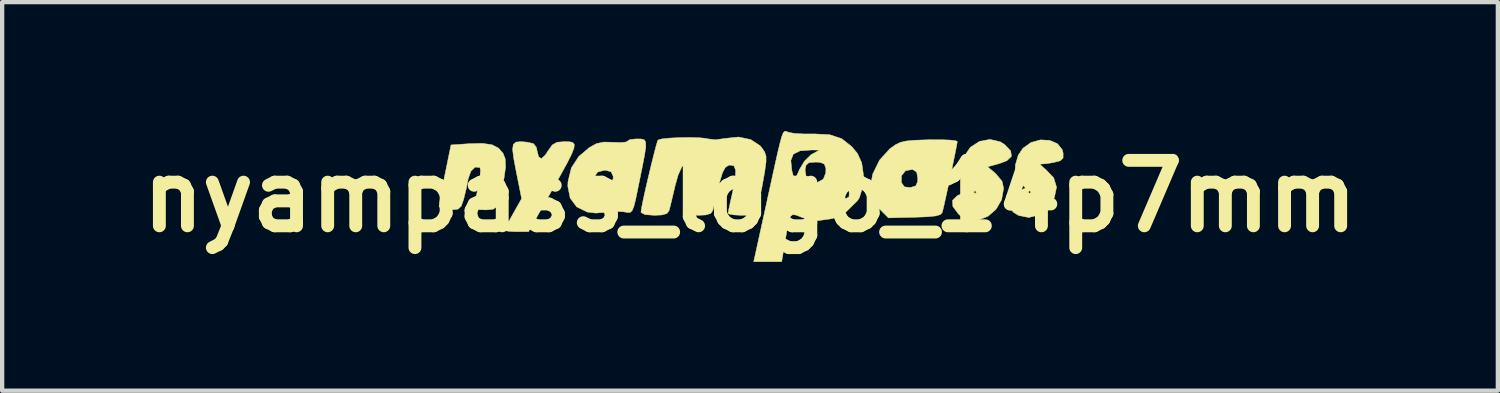
<source format=kicad_pcb>
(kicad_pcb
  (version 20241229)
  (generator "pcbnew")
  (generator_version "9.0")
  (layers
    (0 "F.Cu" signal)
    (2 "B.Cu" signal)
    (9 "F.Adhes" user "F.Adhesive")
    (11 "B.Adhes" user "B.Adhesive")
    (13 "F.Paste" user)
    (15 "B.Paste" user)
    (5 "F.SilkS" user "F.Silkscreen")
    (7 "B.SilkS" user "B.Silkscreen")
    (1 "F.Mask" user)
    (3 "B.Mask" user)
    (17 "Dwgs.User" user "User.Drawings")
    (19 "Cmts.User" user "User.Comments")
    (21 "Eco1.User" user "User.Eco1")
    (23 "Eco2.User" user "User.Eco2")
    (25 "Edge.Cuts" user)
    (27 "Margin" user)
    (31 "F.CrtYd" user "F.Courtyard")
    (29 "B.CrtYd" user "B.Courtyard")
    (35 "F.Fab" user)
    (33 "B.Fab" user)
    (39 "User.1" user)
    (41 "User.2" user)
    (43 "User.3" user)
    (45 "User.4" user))
  (footprint "nyampass_logo_14p7mm"
    (layer "F.Cu")
    (at 14.413 1.518)
    (property "Reference" "nyampass_logo_14p7mm" (at 0 0 0) (layer "F.SilkS") (effects (font (size 1.524 1.524) (thickness 0.3))))
    (attr through_hole)
    (fp_poly (pts (xy -4.201 -1.267) (xy -4.126 -1.25) (xy -4.091 -1.205) (xy -4.1 -1.118) (xy -4.156 -0.974) (xy -4.264 -0.761) (xy -4.427 -0.465) (xy -4.637 -0.093) (xy -5.157 0.826) (xy -5.436 0.826) (xy -5.604 0.819) (xy -5.703 0.802) (xy -5.715 0.793) (xy -5.686 0.725) (xy -5.611 0.579) (xy -5.516 0.408) (xy -5.318 0.056) (xy -5.445 -0.58) (xy -5.503 -0.887) (xy -5.528 -1.089) (xy -5.512 -1.206) (xy -5.449 -1.26) (xy -5.33 -1.269) (xy -5.197 -1.259) (xy -5.044 -1.225) (xy -4.977 -1.142) (xy -4.963 -1.079) (xy -4.922 -0.915) (xy -4.857 -0.875) (xy -4.765 -0.959) (xy -4.71 -1.044) (xy -4.607 -1.191) (xy -4.495 -1.256) (xy -4.317 -1.27) (xy -4.313 -1.27) (xy -4.201 -1.267)) (stroke (width 0.01) (type solid)) (fill yes) (layer "F.SilkS"))
    (fp_poly (pts (xy 5.827 -1.266) (xy 5.929 -1.202) (xy 6.07 -1.053) (xy 6.087 -0.928) (xy 5.979 -0.826) (xy 5.814 -0.763) (xy 5.532 -0.684) (xy 5.719 -0.527) (xy 5.868 -0.348) (xy 5.905 -0.182) (xy 5.857 0.085) (xy 5.728 0.305) (xy 5.543 0.466) (xy 5.326 0.553) (xy 5.101 0.553) (xy 4.894 0.451) (xy 4.855 0.416) (xy 4.723 0.24) (xy 4.714 0.098) (xy 4.828 -0.013) (xy 4.922 -0.055) (xy 5.033 -0.095) (xy 5.207 -0.095) (xy 5.239 -0.064) (xy 5.271 -0.095) (xy 5.239 -0.127) (xy 5.207 -0.095) (xy 5.033 -0.095) (xy 5.146 -0.136) (xy 5.018 -0.299) (xy 4.915 -0.474) (xy 4.9 -0.657) (xy 4.968 -0.89) (xy 4.98 -0.919) (xy 5.13 -1.139) (xy 5.343 -1.277) (xy 5.587 -1.322) (xy 5.827 -1.266)) (stroke (width 0.01) (type solid)) (fill yes) (layer "F.SilkS"))
    (fp_poly (pts (xy -6.008 -1.198) (xy -5.854 -1.118) (xy -5.75 -0.998) (xy -5.699 -0.868) (xy -5.691 -0.681) (xy -5.727 -0.42) (xy -5.808 -0.066) (xy -5.845 0.074) (xy -5.897 0.231) (xy -5.971 0.3) (xy -6.113 0.317) (xy -6.162 0.318) (xy -6.295 0.314) (xy -6.372 0.289) (xy -6.401 0.217) (xy -6.388 0.075) (xy -6.34 -0.162) (xy -6.324 -0.239) (xy -6.287 -0.448) (xy -6.275 -0.604) (xy -6.288 -0.668) (xy -6.401 -0.677) (xy -6.499 -0.582) (xy -6.563 -0.402) (xy -6.564 -0.393) (xy -6.61 -0.162) (xy -6.668 0.072) (xy -6.67 0.079) (xy -6.724 0.234) (xy -6.8 0.301) (xy -6.946 0.317) (xy -6.988 0.318) (xy -7.166 0.299) (xy -7.239 0.246) (xy -7.239 0.238) (xy -7.227 0.146) (xy -7.195 -0.041) (xy -7.146 -0.293) (xy -7.101 -0.517) (xy -6.962 -1.193) (xy -6.545 -1.222) (xy -6.229 -1.23) (xy -6.008 -1.198)) (stroke (width 0.01) (type solid)) (fill yes) (layer "F.SilkS"))
    (fp_poly (pts (xy 6.976 -1.3) (xy 7.157 -1.223) (xy 7.27 -1.083) (xy 7.29 -1.003) (xy 7.289 -0.889) (xy 7.227 -0.827) (xy 7.071 -0.785) (xy 7.068 -0.784) (xy 6.896 -0.757) (xy 6.777 -0.748) (xy 6.763 -0.75) (xy 6.764 -0.727) (xy 6.847 -0.652) (xy 6.879 -0.627) (xy 7.07 -0.428) (xy 7.137 -0.211) (xy 7.088 0.024) (xy 6.932 0.275) (xy 6.725 0.435) (xy 6.491 0.496) (xy 6.255 0.449) (xy 6.136 0.376) (xy 6.038 0.261) (xy 5.977 0.123) (xy 5.965 0.002) (xy 6.01 -0.061) (xy 6.028 -0.064) (xy 6.128 -0.084) (xy 6.16 -0.095) (xy 6.477 -0.095) (xy 6.509 -0.064) (xy 6.54 -0.095) (xy 6.509 -0.127) (xy 6.477 -0.095) (xy 6.16 -0.095) (xy 6.252 -0.126) (xy 6.416 -0.188) (xy 6.28 -0.324) (xy 6.187 -0.499) (xy 6.177 -0.723) (xy 6.245 -0.954) (xy 6.355 -1.117) (xy 6.543 -1.251) (xy 6.761 -1.311) (xy 6.976 -1.3)) (stroke (width 0.01) (type solid)) (fill yes) (layer "F.SilkS"))
    (fp_poly (pts (xy 4.656 -1.307) (xy 4.793 -1.29) (xy 4.826 -1.273) (xy 4.813 -1.193) (xy 4.779 -1.018) (xy 4.73 -0.778) (xy 4.672 -0.502) (xy 4.612 -0.22) (xy 4.555 0.039) (xy 4.509 0.246) (xy 4.478 0.37) (xy 4.475 0.381) (xy 4.433 0.428) (xy 4.328 0.459) (xy 4.137 0.479) (xy 3.842 0.49) (xy 3.834 0.49) (xy 3.223 0.505) (xy 3.008 0.29) (xy 2.865 0.12) (xy 2.804 -0.043) (xy 2.795 -0.168) (xy 2.821 -0.317) (xy 3.524 -0.317) (xy 3.595 -0.217) (xy 3.736 -0.203) (xy 3.858 -0.239) (xy 3.902 -0.336) (xy 3.905 -0.413) (xy 3.881 -0.558) (xy 3.795 -0.618) (xy 3.773 -0.622) (xy 3.619 -0.592) (xy 3.526 -0.476) (xy 3.524 -0.317) (xy 2.821 -0.317) (xy 2.855 -0.512) (xy 3.015 -0.839) (xy 3.252 -1.101) (xy 3.272 -1.117) (xy 3.388 -1.199) (xy 3.5 -1.253) (xy 3.639 -1.285) (xy 3.838 -1.303) (xy 4.128 -1.313) (xy 4.167 -1.314) (xy 4.439 -1.315) (xy 4.656 -1.307)) (stroke (width 0.01) (type solid)) (fill yes) (layer "F.SilkS"))
    (fp_poly (pts (xy -2.53 -1.332) (xy -2.462 -1.313) (xy -2.429 -1.256) (xy -2.427 -1.143) (xy -2.456 -0.952) (xy -2.512 -0.664) (xy -2.539 -0.531) (xy -2.612 -0.172) (xy -2.664 0.08) (xy -2.706 0.244) (xy -2.745 0.337) (xy -2.788 0.376) (xy -2.845 0.38) (xy -2.924 0.367) (xy -2.949 0.362) (xy -3.17 0.352) (xy -3.374 0.375) (xy -3.591 0.393) (xy -3.79 0.369) (xy -4.036 0.248) (xy -4.188 0.044) (xy -4.243 -0.234) (xy -4.238 -0.338) (xy -4.209 -0.46) (xy -3.617 -0.46) (xy -3.584 -0.337) (xy -3.522 -0.277) (xy -3.379 -0.232) (xy -3.253 -0.283) (xy -3.187 -0.404) (xy -3.187 -0.465) (xy -3.234 -0.568) (xy -3.356 -0.602) (xy -3.396 -0.603) (xy -3.55 -0.561) (xy -3.617 -0.46) (xy -4.209 -0.46) (xy -4.16 -0.66) (xy -3.986 -0.926) (xy -3.741 -1.133) (xy -3.575 -1.225) (xy -3.404 -1.261) (xy -3.191 -1.255) (xy -3.005 -1.249) (xy -2.884 -1.262) (xy -2.857 -1.281) (xy -2.802 -1.316) (xy -2.664 -1.333) (xy -2.635 -1.333) (xy -2.53 -1.332)) (stroke (width 0.01) (type solid)) (fill yes) (layer "F.SilkS"))
    (fp_poly (pts (xy 0.016 -1.319) (xy 0.235 -1.175) (xy 0.276 -1.126) (xy 0.341 -1.028) (xy 0.373 -0.931) (xy 0.373 -0.798) (xy 0.345 -0.591) (xy 0.327 -0.485) (xy 0.279 -0.217) (xy 0.228 0.034) (xy 0.185 0.213) (xy 0.14 0.351) (xy 0.078 0.419) (xy -0.04 0.442) (xy -0.193 0.445) (xy -0.374 0.436) (xy -0.488 0.414) (xy -0.509 0.397) (xy -0.496 0.316) (xy -0.46 0.146) (xy -0.41 -0.077) (xy -0.404 -0.103) (xy -0.344 -0.407) (xy -0.334 -0.604) (xy -0.375 -0.707) (xy -0.471 -0.725) (xy -0.499 -0.719) (xy -0.576 -0.669) (xy -0.642 -0.546) (xy -0.707 -0.328) (xy -0.731 -0.232) (xy -0.787 0.007) (xy -0.836 0.208) (xy -0.866 0.329) (xy -0.867 0.333) (xy -0.917 0.403) (xy -1.035 0.437) (xy -1.211 0.445) (xy -1.39 0.433) (xy -1.504 0.405) (xy -1.524 0.383) (xy -1.511 0.295) (xy -1.477 0.118) (xy -1.429 -0.112) (xy -1.418 -0.159) (xy -1.365 -0.436) (xy -1.352 -0.611) (xy -1.376 -0.702) (xy -1.382 -0.709) (xy -1.487 -0.76) (xy -1.583 -0.691) (xy -1.672 -0.499) (xy -1.744 -0.243) (xy -1.801 -0.001) (xy -1.85 0.202) (xy -1.882 0.327) (xy -1.883 0.333) (xy -1.933 0.403) (xy -2.051 0.437) (xy -2.227 0.445) (xy -2.442 0.429) (xy -2.535 0.382) (xy -2.539 0.365) (xy -2.524 0.268) (xy -2.487 0.082) (xy -2.433 -0.163) (xy -2.369 -0.439) (xy -2.302 -0.719) (xy -2.239 -0.973) (xy -2.187 -1.172) (xy -2.151 -1.289) (xy -2.143 -1.307) (xy -2.057 -1.333) (xy -1.882 -1.352) (xy -1.655 -1.364) (xy -1.413 -1.367) (xy -1.193 -1.362) (xy -1.034 -1.347) (xy -0.99 -1.336) (xy -0.804 -1.313) (xy -0.583 -1.345) (xy -0.267 -1.378) (xy 0.016 -1.319)) (stroke (width 0.01) (type solid)) (fill yes) (layer "F.SilkS"))
    (fp_poly (pts (xy 0.866 -1.5) (xy 0.907 -1.484) (xy 1.041 -1.461) (xy 1.254 -1.449) (xy 1.496 -1.45) (xy 1.854 -1.432) (xy 2.133 -1.34) (xy 2.366 -1.158) (xy 2.502 -0.995) (xy 2.601 -0.775) (xy 2.641 -0.495) (xy 2.622 -0.207) (xy 2.545 0.038) (xy 2.504 0.103) (xy 2.239 0.363) (xy 1.922 0.521) (xy 1.577 0.57) (xy 1.229 0.502) (xy 1.194 0.488) (xy 1.076 0.441) (xy 0.996 0.429) (xy 0.942 0.471) (xy 0.901 0.587) (xy 0.86 0.793) (xy 0.819 1.038) (xy 0.737 1.524) (xy 0.086 1.524) (xy 0.386 0.157) (xy 0.406 0.064) (xy 1.959 0.064) (xy 2.119 0.064) (xy 2.249 0.047) (xy 2.304 0.016) (xy 2.309 -0.078) (xy 2.292 -0.164) (xy 2.261 -0.244) (xy 2.218 -0.241) (xy 2.132 -0.148) (xy 2.107 -0.117) (xy 1.959 0.064) (xy 0.406 0.064) (xy 0.496 -0.347) (xy 0.582 -0.74) (xy 0.603 -0.832) (xy 0.95 -0.832) (xy 0.974 -0.598) (xy 0.996 -0.511) (xy 1.025 -0.424) (xy 1.057 -0.424) (xy 1.109 -0.523) (xy 1.146 -0.61) (xy 1.281 -0.61) (xy 1.309 -0.441) (xy 1.412 -0.337) (xy 1.554 -0.314) (xy 1.695 -0.39) (xy 1.712 -0.409) (xy 1.764 -0.543) (xy 1.767 -0.647) (xy 1.73 -0.748) (xy 1.631 -0.789) (xy 1.524 -0.794) (xy 1.372 -0.781) (xy 1.304 -0.722) (xy 1.281 -0.61) (xy 1.146 -0.61) (xy 1.149 -0.617) (xy 1.268 -0.817) (xy 1.415 -0.962) (xy 1.44 -0.977) (xy 1.619 -1.074) (xy 1.429 -1.076) (xy 1.165 -1.056) (xy 1.009 -0.98) (xy 0.95 -0.832) (xy 0.603 -0.832) (xy 0.649 -1.036) (xy 0.7 -1.247) (xy 0.739 -1.388) (xy 0.771 -1.47) (xy 0.8 -1.507) (xy 0.831 -1.513) (xy 0.866 -1.5)) (stroke (width 0.01) (type solid)) (fill yes) (layer "F.SilkS")))
  (gr_rect
    (start -3 -3)
    (end 31.825 6.047)
    (stroke (width 0.1) (type default))
    (fill no)
    (layer "Edge.Cuts")))
</source>
